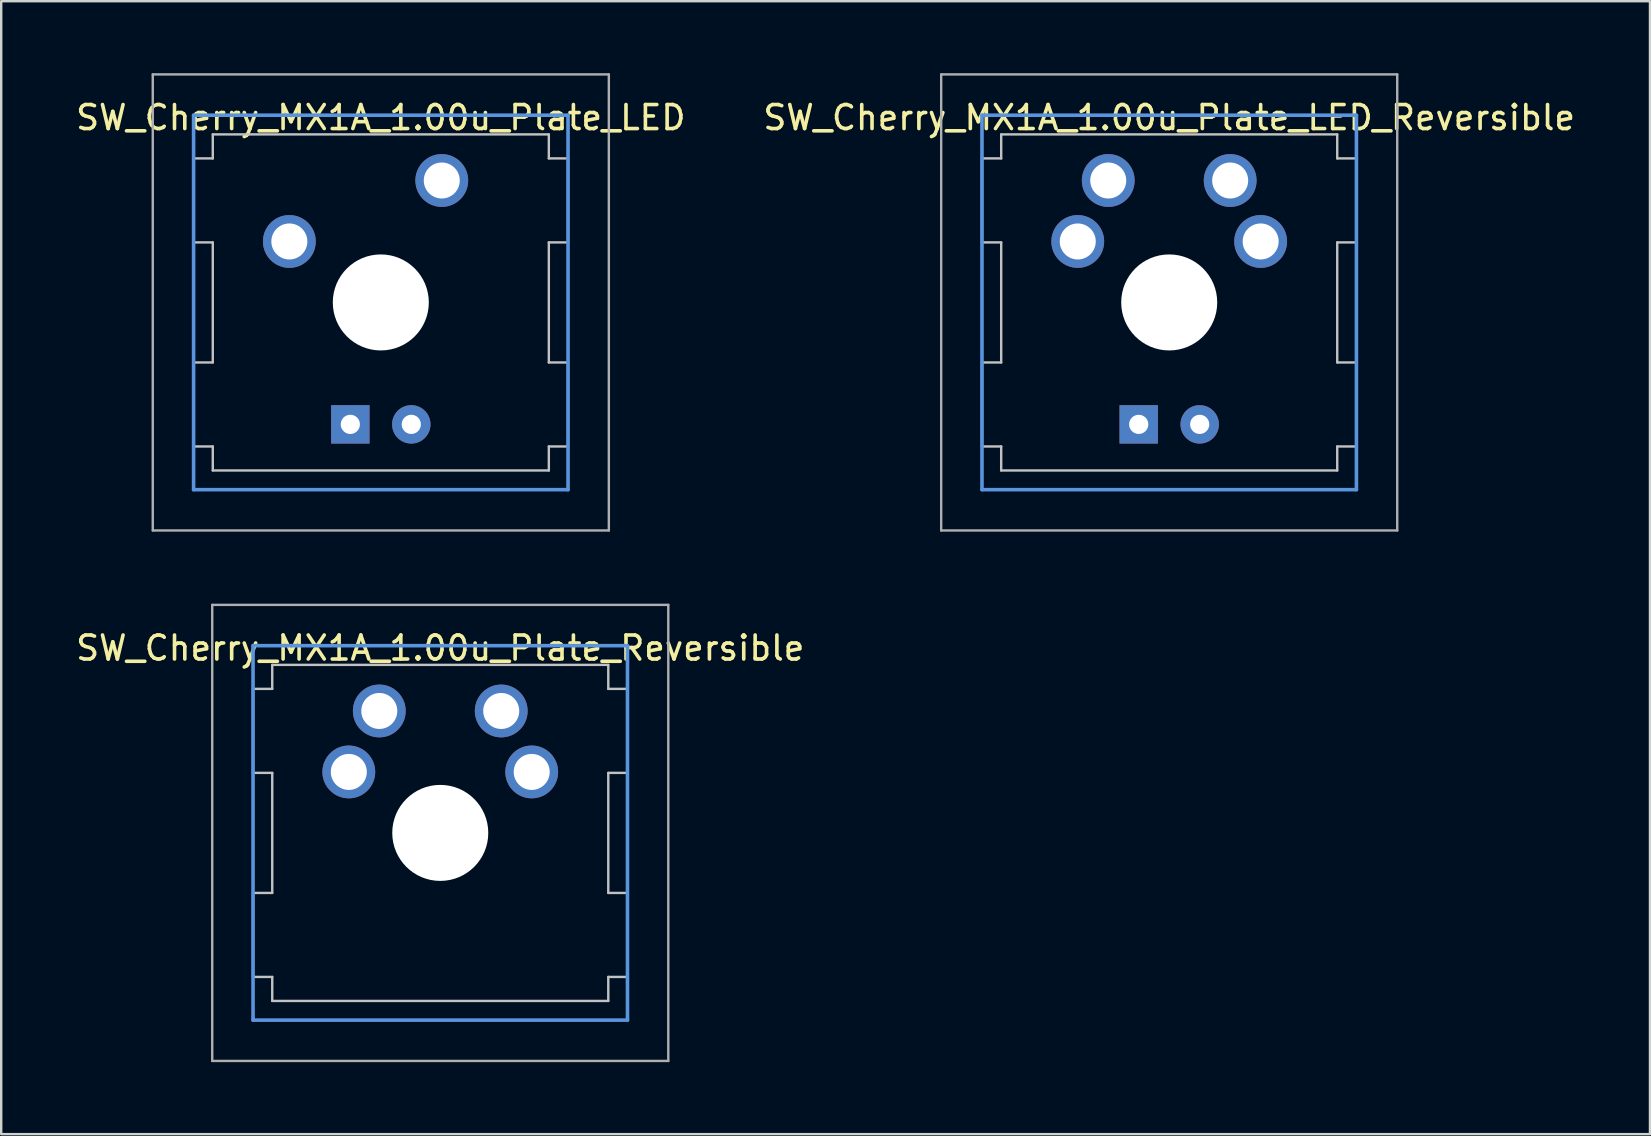
<source format=kicad_pcb>
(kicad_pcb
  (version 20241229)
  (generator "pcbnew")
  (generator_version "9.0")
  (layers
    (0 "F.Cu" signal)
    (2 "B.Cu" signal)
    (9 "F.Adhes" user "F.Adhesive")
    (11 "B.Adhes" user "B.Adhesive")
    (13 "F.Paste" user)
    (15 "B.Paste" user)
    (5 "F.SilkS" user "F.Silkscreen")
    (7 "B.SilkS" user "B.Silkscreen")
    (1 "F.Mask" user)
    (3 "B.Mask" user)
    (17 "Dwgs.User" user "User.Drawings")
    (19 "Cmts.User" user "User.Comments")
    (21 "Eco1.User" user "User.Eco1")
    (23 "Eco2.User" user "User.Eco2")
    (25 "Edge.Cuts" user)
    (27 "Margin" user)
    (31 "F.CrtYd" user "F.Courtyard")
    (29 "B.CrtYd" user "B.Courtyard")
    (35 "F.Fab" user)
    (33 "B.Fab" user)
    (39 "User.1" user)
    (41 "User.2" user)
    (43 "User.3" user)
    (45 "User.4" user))
  (footprint "SW_Cherry_MX1A_1.00u_Plate_LED"
    (layer "F.Cu")
    (at 12.815 9.55)
    (property "Reference" "SW_Cherry_MX1A_1.00u_Plate_LED" (at 0 -7.7 0) (layer "F.SilkS") (effects (font (size 1 1) (thickness 0.15))))
    (attr through_hole)
    (fp_line (start -7.8 -6) (end -7 -6) (stroke (width 0.1) (type solid)) (layer "Dwgs.User"))
    (fp_line (start -7.8 -2.5) (end -7.8 -6) (stroke (width 0.1) (type solid)) (layer "Dwgs.User"))
    (fp_line (start -7.8 -2.5) (end -7 -2.5) (stroke (width 0.1) (type solid)) (layer "Dwgs.User"))
    (fp_line (start -7.8 2.5) (end -7 2.5) (stroke (width 0.1) (type solid)) (layer "Dwgs.User"))
    (fp_line (start -7.8 6) (end -7.8 2.5) (stroke (width 0.1) (type solid)) (layer "Dwgs.User"))
    (fp_line (start -7.8 6) (end -7 6) (stroke (width 0.1) (type solid)) (layer "Dwgs.User"))
    (fp_line (start -7 -7) (end 7 -7) (stroke (width 0.1) (type solid)) (layer "Dwgs.User"))
    (fp_line (start -7 -6) (end -7 -7) (stroke (width 0.1) (type solid)) (layer "Dwgs.User"))
    (fp_line (start -7 -2.5) (end -7 2.5) (stroke (width 0.1) (type solid)) (layer "Dwgs.User"))
    (fp_line (start -7 7) (end -7 6) (stroke (width 0.1) (type solid)) (layer "Dwgs.User"))
    (fp_line (start -7 7) (end 7 7) (stroke (width 0.1) (type solid)) (layer "Dwgs.User"))
    (fp_line (start 7 -6) (end 7 -7) (stroke (width 0.1) (type solid)) (layer "Dwgs.User"))
    (fp_line (start 7 -6) (end 7.8 -6) (stroke (width 0.1) (type solid)) (layer "Dwgs.User"))
    (fp_line (start 7 -2.5) (end 7 2.5) (stroke (width 0.1) (type solid)) (layer "Dwgs.User"))
    (fp_line (start 7 -2.5) (end 7.8 -2.5) (stroke (width 0.1) (type solid)) (layer "Dwgs.User"))
    (fp_line (start 7 2.5) (end 7.8 2.5) (stroke (width 0.1) (type solid)) (layer "Dwgs.User"))
    (fp_line (start 7 6) (end 7.8 6) (stroke (width 0.1) (type solid)) (layer "Dwgs.User"))
    (fp_line (start 7 7) (end 7 6) (stroke (width 0.1) (type solid)) (layer "Dwgs.User"))
    (fp_line (start 7.8 -2.5) (end 7.8 -6) (stroke (width 0.1) (type solid)) (layer "Dwgs.User"))
    (fp_line (start 7.8 6) (end 7.8 2.5) (stroke (width 0.1) (type solid)) (layer "Dwgs.User"))
    (fp_line (start -7.8 -7.8) (end 7.8 -7.8) (stroke (width 0.15) (type solid)) (layer "Cmts.User"))
    (fp_line (start -7.8 7.8) (end -7.8 -7.8) (stroke (width 0.15) (type solid)) (layer "Cmts.User"))
    (fp_line (start 7.8 -7.8) (end 7.8 7.8) (stroke (width 0.15) (type solid)) (layer "Cmts.User"))
    (fp_line (start 7.8 7.8) (end -7.8 7.8) (stroke (width 0.15) (type solid)) (layer "Cmts.User"))
    (fp_line (start -9.5 -9.5) (end 9.5 -9.5) (stroke (width 0.1) (type solid)) (layer "F.Fab"))
    (fp_line (start -9.5 9.5) (end -9.5 -9.5) (stroke (width 0.1) (type solid)) (layer "F.Fab"))
    (fp_line (start 9.5 -9.5) (end 9.5 9.5) (stroke (width 0.1) (type solid)) (layer "F.Fab"))
    (fp_line (start 9.5 9.5) (end -9.5 9.5) (stroke (width 0.1) (type solid)) (layer "F.Fab"))
    (pad "" np_thru_hole circle (at 0 0) (size 4 4) (drill 4) (layers "*.Cu" "*.Mask"))
    (pad "1" thru_hole circle (at -3.81 -2.54) (size 2.2 2.2) (drill 1.5) (layers "*.Cu" "*.Mask"))
    (pad "2" thru_hole rect (at -1.27 5.08) (size 1.6 1.6) (drill 0.8) (layers "*.Cu" "*.Mask"))
    (pad "3" thru_hole circle (at 1.27 5.08) (size 1.6 1.6) (drill 0.8) (layers "*.Cu" "*.Mask"))
    (pad "4" thru_hole circle (at 2.54 -5.08) (size 2.2 2.2) (drill 1.5) (layers "*.Cu" "*.Mask")))
  (footprint "SW_Cherry_MX1A_1.00u_Plate_LED_Reversible"
    (layer "F.Cu")
    (at 45.661 9.55)
    (property "Reference" "SW_Cherry_MX1A_1.00u_Plate_LED_Reversible" (at 0 -7.7 0) (layer "F.SilkS") (effects (font (size 1 1) (thickness 0.15))))
    (attr through_hole)
    (fp_line (start -7.8 -6) (end -7 -6) (stroke (width 0.1) (type solid)) (layer "Dwgs.User"))
    (fp_line (start -7.8 -2.5) (end -7.8 -6) (stroke (width 0.1) (type solid)) (layer "Dwgs.User"))
    (fp_line (start -7.8 -2.5) (end -7 -2.5) (stroke (width 0.1) (type solid)) (layer "Dwgs.User"))
    (fp_line (start -7.8 2.5) (end -7 2.5) (stroke (width 0.1) (type solid)) (layer "Dwgs.User"))
    (fp_line (start -7.8 6) (end -7.8 2.5) (stroke (width 0.1) (type solid)) (layer "Dwgs.User"))
    (fp_line (start -7.8 6) (end -7 6) (stroke (width 0.1) (type solid)) (layer "Dwgs.User"))
    (fp_line (start -7 -7) (end 7 -7) (stroke (width 0.1) (type solid)) (layer "Dwgs.User"))
    (fp_line (start -7 -6) (end -7 -7) (stroke (width 0.1) (type solid)) (layer "Dwgs.User"))
    (fp_line (start -7 -2.5) (end -7 2.5) (stroke (width 0.1) (type solid)) (layer "Dwgs.User"))
    (fp_line (start -7 7) (end -7 6) (stroke (width 0.1) (type solid)) (layer "Dwgs.User"))
    (fp_line (start -7 7) (end 7 7) (stroke (width 0.1) (type solid)) (layer "Dwgs.User"))
    (fp_line (start 7 -6) (end 7 -7) (stroke (width 0.1) (type solid)) (layer "Dwgs.User"))
    (fp_line (start 7 -6) (end 7.8 -6) (stroke (width 0.1) (type solid)) (layer "Dwgs.User"))
    (fp_line (start 7 -2.5) (end 7 2.5) (stroke (width 0.1) (type solid)) (layer "Dwgs.User"))
    (fp_line (start 7 -2.5) (end 7.8 -2.5) (stroke (width 0.1) (type solid)) (layer "Dwgs.User"))
    (fp_line (start 7 2.5) (end 7.8 2.5) (stroke (width 0.1) (type solid)) (layer "Dwgs.User"))
    (fp_line (start 7 6) (end 7.8 6) (stroke (width 0.1) (type solid)) (layer "Dwgs.User"))
    (fp_line (start 7 7) (end 7 6) (stroke (width 0.1) (type solid)) (layer "Dwgs.User"))
    (fp_line (start 7.8 -2.5) (end 7.8 -6) (stroke (width 0.1) (type solid)) (layer "Dwgs.User"))
    (fp_line (start 7.8 6) (end 7.8 2.5) (stroke (width 0.1) (type solid)) (layer "Dwgs.User"))
    (fp_line (start -7.8 -7.8) (end 7.8 -7.8) (stroke (width 0.15) (type solid)) (layer "Cmts.User"))
    (fp_line (start -7.8 7.8) (end -7.8 -7.8) (stroke (width 0.15) (type solid)) (layer "Cmts.User"))
    (fp_line (start 7.8 -7.8) (end 7.8 7.8) (stroke (width 0.15) (type solid)) (layer "Cmts.User"))
    (fp_line (start 7.8 7.8) (end -7.8 7.8) (stroke (width 0.15) (type solid)) (layer "Cmts.User"))
    (fp_line (start -9.5 -9.5) (end 9.5 -9.5) (stroke (width 0.1) (type solid)) (layer "F.Fab"))
    (fp_line (start -9.5 9.5) (end -9.5 -9.5) (stroke (width 0.1) (type solid)) (layer "F.Fab"))
    (fp_line (start 9.5 -9.5) (end 9.5 9.5) (stroke (width 0.1) (type solid)) (layer "F.Fab"))
    (fp_line (start 9.5 9.5) (end -9.5 9.5) (stroke (width 0.1) (type solid)) (layer "F.Fab"))
    (pad "" np_thru_hole circle (at 0 0) (size 4 4) (drill 4) (layers "*.Cu" "*.Mask"))
    (pad "1" thru_hole circle (at -3.81 -2.54) (size 2.2 2.2) (drill 1.5) (layers "*.Cu" "*.Mask"))
    (pad "1" thru_hole circle (at -2.54 -5.08) (size 2.2 2.2) (drill 1.5) (layers "*.Cu" "*.Mask"))
    (pad "2" thru_hole circle (at 2.54 -5.08) (size 2.2 2.2) (drill 1.5) (layers "*.Cu" "*.Mask"))
    (pad "2" thru_hole circle (at 3.81 -2.54) (size 2.2 2.2) (drill 1.5) (layers "*.Cu" "*.Mask"))
    (pad "3" thru_hole rect (at -1.27 5.08) (size 1.6 1.6) (drill 0.8) (layers "*.Cu" "*.Mask"))
    (pad "4" thru_hole circle (at 1.27 5.08) (size 1.6 1.6) (drill 0.8) (layers "*.Cu" "*.Mask")))
  (footprint "SW_Cherry_MX1A_1.00u_Plate_Reversible"
    (layer "F.Cu")
    (at 15.292 31.65)
    (property "Reference" "SW_Cherry_MX1A_1.00u_Plate_Reversible" (at 0 -7.7 0) (layer "F.SilkS") (effects (font (size 1 1) (thickness 0.15))))
    (attr through_hole)
    (fp_line (start -7.8 -6) (end -7 -6) (stroke (width 0.1) (type solid)) (layer "Dwgs.User"))
    (fp_line (start -7.8 -2.5) (end -7.8 -6) (stroke (width 0.1) (type solid)) (layer "Dwgs.User"))
    (fp_line (start -7.8 -2.5) (end -7 -2.5) (stroke (width 0.1) (type solid)) (layer "Dwgs.User"))
    (fp_line (start -7.8 2.5) (end -7 2.5) (stroke (width 0.1) (type solid)) (layer "Dwgs.User"))
    (fp_line (start -7.8 6) (end -7.8 2.5) (stroke (width 0.1) (type solid)) (layer "Dwgs.User"))
    (fp_line (start -7.8 6) (end -7 6) (stroke (width 0.1) (type solid)) (layer "Dwgs.User"))
    (fp_line (start -7 -7) (end 7 -7) (stroke (width 0.1) (type solid)) (layer "Dwgs.User"))
    (fp_line (start -7 -6) (end -7 -7) (stroke (width 0.1) (type solid)) (layer "Dwgs.User"))
    (fp_line (start -7 -2.5) (end -7 2.5) (stroke (width 0.1) (type solid)) (layer "Dwgs.User"))
    (fp_line (start -7 7) (end -7 6) (stroke (width 0.1) (type solid)) (layer "Dwgs.User"))
    (fp_line (start -7 7) (end 7 7) (stroke (width 0.1) (type solid)) (layer "Dwgs.User"))
    (fp_line (start 7 -6) (end 7 -7) (stroke (width 0.1) (type solid)) (layer "Dwgs.User"))
    (fp_line (start 7 -6) (end 7.8 -6) (stroke (width 0.1) (type solid)) (layer "Dwgs.User"))
    (fp_line (start 7 -2.5) (end 7 2.5) (stroke (width 0.1) (type solid)) (layer "Dwgs.User"))
    (fp_line (start 7 -2.5) (end 7.8 -2.5) (stroke (width 0.1) (type solid)) (layer "Dwgs.User"))
    (fp_line (start 7 2.5) (end 7.8 2.5) (stroke (width 0.1) (type solid)) (layer "Dwgs.User"))
    (fp_line (start 7 6) (end 7.8 6) (stroke (width 0.1) (type solid)) (layer "Dwgs.User"))
    (fp_line (start 7 7) (end 7 6) (stroke (width 0.1) (type solid)) (layer "Dwgs.User"))
    (fp_line (start 7.8 -2.5) (end 7.8 -6) (stroke (width 0.1) (type solid)) (layer "Dwgs.User"))
    (fp_line (start 7.8 6) (end 7.8 2.5) (stroke (width 0.1) (type solid)) (layer "Dwgs.User"))
    (fp_line (start -7.8 -7.8) (end 7.8 -7.8) (stroke (width 0.15) (type solid)) (layer "Cmts.User"))
    (fp_line (start -7.8 7.8) (end -7.8 -7.8) (stroke (width 0.15) (type solid)) (layer "Cmts.User"))
    (fp_line (start 7.8 -7.8) (end 7.8 7.8) (stroke (width 0.15) (type solid)) (layer "Cmts.User"))
    (fp_line (start 7.8 7.8) (end -7.8 7.8) (stroke (width 0.15) (type solid)) (layer "Cmts.User"))
    (fp_line (start -9.5 -9.5) (end 9.5 -9.5) (stroke (width 0.1) (type solid)) (layer "F.Fab"))
    (fp_line (start -9.5 9.5) (end -9.5 -9.5) (stroke (width 0.1) (type solid)) (layer "F.Fab"))
    (fp_line (start 9.5 -9.5) (end 9.5 9.5) (stroke (width 0.1) (type solid)) (layer "F.Fab"))
    (fp_line (start 9.5 9.5) (end -9.5 9.5) (stroke (width 0.1) (type solid)) (layer "F.Fab"))
    (pad "" np_thru_hole circle (at 0 0) (size 4 4) (drill 4) (layers "*.Cu" "*.Mask"))
    (pad "1" thru_hole circle (at -3.81 -2.54) (size 2.2 2.2) (drill 1.5) (layers "*.Cu" "*.Mask"))
    (pad "1" thru_hole circle (at -2.54 -5.08) (size 2.2 2.2) (drill 1.5) (layers "*.Cu" "*.Mask"))
    (pad "2" thru_hole circle (at 2.54 -5.08) (size 2.2 2.2) (drill 1.5) (layers "*.Cu" "*.Mask"))
    (pad "2" thru_hole circle (at 3.81 -2.54) (size 2.2 2.2) (drill 1.5) (layers "*.Cu" "*.Mask")))
  (gr_rect
    (start -3 -3)
    (end 65.69 44.2)
    (stroke (width 0.1) (type default))
    (fill no)
    (layer "Edge.Cuts")))
</source>
